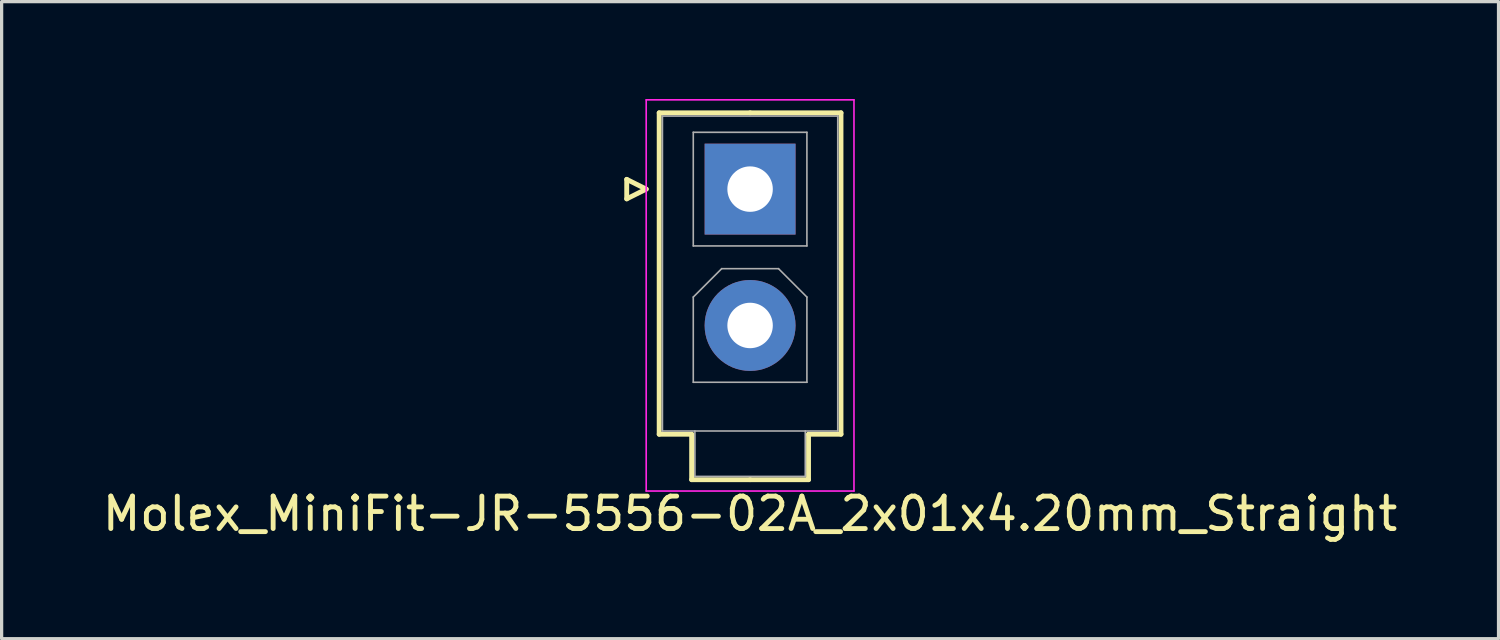
<source format=kicad_pcb>
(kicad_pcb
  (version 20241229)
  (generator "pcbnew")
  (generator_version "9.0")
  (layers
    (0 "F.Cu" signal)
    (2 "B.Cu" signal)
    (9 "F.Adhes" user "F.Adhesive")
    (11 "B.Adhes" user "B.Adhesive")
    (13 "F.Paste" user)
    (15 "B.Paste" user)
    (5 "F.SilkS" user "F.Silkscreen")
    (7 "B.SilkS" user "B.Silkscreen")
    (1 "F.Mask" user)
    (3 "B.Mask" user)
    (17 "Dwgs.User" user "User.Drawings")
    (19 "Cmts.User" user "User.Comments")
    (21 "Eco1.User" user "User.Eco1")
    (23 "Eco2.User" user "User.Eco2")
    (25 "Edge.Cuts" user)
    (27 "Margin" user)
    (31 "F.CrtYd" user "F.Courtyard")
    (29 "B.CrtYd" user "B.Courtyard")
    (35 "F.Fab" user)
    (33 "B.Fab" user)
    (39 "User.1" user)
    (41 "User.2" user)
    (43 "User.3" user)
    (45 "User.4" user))
  (footprint "Molex_MiniFit-JR-5556-02A_2x01x4.20mm_Straight"
    (layer "F.Cu")
    (at 20.054 2.775)
    (property "Reference" "Molex_MiniFit-JR-5556-02A_2x01x4.20mm_Straight" (at 0 10 0) (layer "F.SilkS") (effects (font (size 1 1) (thickness 0.15))))
    (attr through_hole)
    (fp_line (start -3.8 -0.3) (end -3.2 0) (stroke (width 0.15) (type solid)) (layer "F.SilkS"))
    (fp_line (start -3.8 0.3) (end -3.8 -0.3) (stroke (width 0.15) (type solid)) (layer "F.SilkS"))
    (fp_line (start -3.2 0) (end -3.8 0.3) (stroke (width 0.15) (type solid)) (layer "F.SilkS"))
    (fp_line (start -2.8 -2.35) (end -2.8 7.55) (stroke (width 0.15) (type solid)) (layer "F.SilkS"))
    (fp_line (start -2.8 7.55) (end -1.8 7.55) (stroke (width 0.15) (type solid)) (layer "F.SilkS"))
    (fp_line (start -1.8 7.55) (end -1.8 8.95) (stroke (width 0.15) (type solid)) (layer "F.SilkS"))
    (fp_line (start -1.8 8.95) (end 0 8.95) (stroke (width 0.15) (type solid)) (layer "F.SilkS"))
    (fp_line (start 0 -2.35) (end -2.8 -2.35) (stroke (width 0.15) (type solid)) (layer "F.SilkS"))
    (fp_line (start 0 -2.35) (end 2.8 -2.35) (stroke (width 0.15) (type solid)) (layer "F.SilkS"))
    (fp_line (start 1.8 7.55) (end 1.8 8.95) (stroke (width 0.15) (type solid)) (layer "F.SilkS"))
    (fp_line (start 1.8 8.95) (end 0 8.95) (stroke (width 0.15) (type solid)) (layer "F.SilkS"))
    (fp_line (start 2.8 -2.35) (end 2.8 7.55) (stroke (width 0.15) (type solid)) (layer "F.SilkS"))
    (fp_line (start 2.8 7.55) (end 1.8 7.55) (stroke (width 0.15) (type solid)) (layer "F.SilkS"))
    (fp_line (start -3.2 -2.75) (end -3.2 9.3) (stroke (width 0.05) (type solid)) (layer "F.CrtYd"))
    (fp_line (start -3.2 9.3) (end 3.2 9.3) (stroke (width 0.05) (type solid)) (layer "F.CrtYd"))
    (fp_line (start 3.2 -2.75) (end -3.2 -2.75) (stroke (width 0.05) (type solid)) (layer "F.CrtYd"))
    (fp_line (start 3.2 9.3) (end 3.2 -2.75) (stroke (width 0.05) (type solid)) (layer "F.CrtYd"))
    (fp_line (start -2.7 -2.25) (end -2.7 7.45) (stroke (width 0.05) (type solid)) (layer "F.Fab"))
    (fp_line (start -2.7 7.45) (end 2.7 7.45) (stroke (width 0.05) (type solid)) (layer "F.Fab"))
    (fp_line (start -1.75 -1.75) (end -1.75 1.75) (stroke (width 0.05) (type solid)) (layer "F.Fab"))
    (fp_line (start -1.75 1.75) (end 1.75 1.75) (stroke (width 0.05) (type solid)) (layer "F.Fab"))
    (fp_line (start -1.75 3.325) (end -0.875 2.45) (stroke (width 0.05) (type solid)) (layer "F.Fab"))
    (fp_line (start -1.75 5.95) (end -1.75 3.325) (stroke (width 0.05) (type solid)) (layer "F.Fab"))
    (fp_line (start -1.7 7.45) (end -1.7 8.85) (stroke (width 0.05) (type solid)) (layer "F.Fab"))
    (fp_line (start -1.7 8.85) (end 1.7 8.85) (stroke (width 0.05) (type solid)) (layer "F.Fab"))
    (fp_line (start -0.875 2.45) (end 0.875 2.45) (stroke (width 0.05) (type solid)) (layer "F.Fab"))
    (fp_line (start 0.875 2.45) (end 1.75 3.325) (stroke (width 0.05) (type solid)) (layer "F.Fab"))
    (fp_line (start 1.7 8.85) (end 1.7 7.45) (stroke (width 0.05) (type solid)) (layer "F.Fab"))
    (fp_line (start 1.75 -1.75) (end -1.75 -1.75) (stroke (width 0.05) (type solid)) (layer "F.Fab"))
    (fp_line (start 1.75 1.75) (end 1.75 -1.75) (stroke (width 0.05) (type solid)) (layer "F.Fab"))
    (fp_line (start 1.75 3.325) (end 1.75 5.95) (stroke (width 0.05) (type solid)) (layer "F.Fab"))
    (fp_line (start 1.75 5.95) (end -1.75 5.95) (stroke (width 0.05) (type solid)) (layer "F.Fab"))
    (fp_line (start 2.7 -2.25) (end -2.7 -2.25) (stroke (width 0.05) (type solid)) (layer "F.Fab"))
    (fp_line (start 2.7 7.45) (end 2.7 -2.25) (stroke (width 0.05) (type solid)) (layer "F.Fab"))
    (pad "1" thru_hole rect (at 0 0) (size 2.8 2.8) (drill 1.4) (layers "*.Cu" "*.Mask"))
    (pad "2" thru_hole circle (at 0 4.2) (size 2.8 2.8) (drill 1.4) (layers "*.Cu" "*.Mask")))
  (gr_rect
    (start -3 -3)
    (end 43.107 16.623)
    (stroke (width 0.1) (type default))
    (fill no)
    (layer "Edge.Cuts")))
</source>
